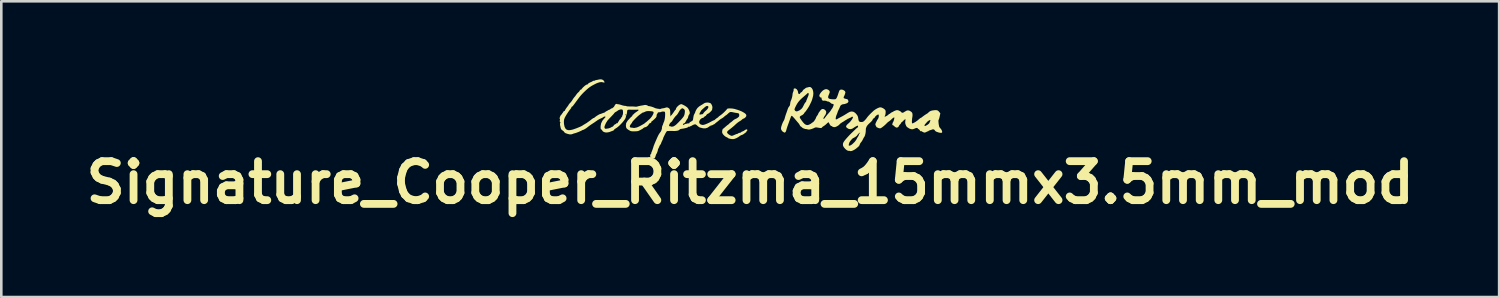
<source format=kicad_pcb>
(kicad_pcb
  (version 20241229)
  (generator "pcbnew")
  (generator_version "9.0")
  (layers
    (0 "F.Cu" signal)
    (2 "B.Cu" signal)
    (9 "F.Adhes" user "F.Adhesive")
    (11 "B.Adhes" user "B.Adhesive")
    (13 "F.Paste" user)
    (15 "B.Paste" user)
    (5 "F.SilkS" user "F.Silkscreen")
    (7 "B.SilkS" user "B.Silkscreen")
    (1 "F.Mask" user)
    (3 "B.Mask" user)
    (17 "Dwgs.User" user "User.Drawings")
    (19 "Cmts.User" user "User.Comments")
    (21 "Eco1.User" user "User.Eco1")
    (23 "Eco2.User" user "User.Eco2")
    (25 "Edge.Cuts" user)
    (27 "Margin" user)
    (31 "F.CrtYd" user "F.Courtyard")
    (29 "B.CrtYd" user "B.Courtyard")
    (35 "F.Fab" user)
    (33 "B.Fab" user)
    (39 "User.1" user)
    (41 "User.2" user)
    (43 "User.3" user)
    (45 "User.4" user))
  (footprint "Signature_Cooper_Ritzma_15mmx3.5mm_mod"
    (layer "F.Cu")
    (at 25.8 1.429)
    (property "Reference" "Signature_Cooper_Ritzma_15mmx3.5mm_mod" (at 0 2.54 0) (layer "F.SilkS") (effects (font (size 1.5 1.5) (thickness 0.3))))
    (attr board_only exclude_from_pos_files exclude_from_bom)
    (fp_poly (pts (xy -1.518 0.373) (xy -1.525 0.38) (xy -1.532 0.373) (xy -1.525 0.366)) (stroke (width 0) (type solid)) (fill yes) (layer "F.SilkS"))
    (fp_poly (pts (xy 2.299 -1.133) (xy 2.327 -1.123) (xy 2.367 -1.09) (xy 2.399 -1.037) (xy 2.419 -0.969) (xy 2.428 -0.894) (xy 2.423 -0.816) (xy 2.415 -0.779) (xy 2.402 -0.728) (xy 2.389 -0.677) (xy 2.387 -0.673) (xy 2.373 -0.626) (xy 2.352 -0.575) (xy 2.347 -0.564) (xy 2.326 -0.519) (xy 2.3 -0.465) (xy 2.285 -0.434) (xy 2.261 -0.389) (xy 2.228 -0.335) (xy 2.191 -0.279) (xy 2.154 -0.226) (xy 2.122 -0.184) (xy 2.097 -0.157) (xy 2.094 -0.154) (xy 2.077 -0.135) (xy 2.074 -0.125) (xy 2.063 -0.106) (xy 2.037 -0.08) (xy 2.004 -0.055) (xy 1.971 -0.037) (xy 1.959 -0.033) (xy 1.929 -0.015) (xy 1.912 0.006) (xy 1.906 0.022) (xy 1.907 0.04) (xy 1.918 0.065) (xy 1.942 0.102) (xy 1.975 0.15) (xy 2.034 0.228) (xy 2.087 0.284) (xy 2.136 0.317) (xy 2.183 0.33) (xy 2.216 0.329) (xy 2.26 0.316) (xy 2.308 0.292) (xy 2.329 0.279) (xy 2.371 0.249) (xy 2.411 0.22) (xy 2.425 0.21) (xy 2.45 0.186) (xy 2.478 0.147) (xy 2.505 0.103) (xy 2.526 0.062) (xy 2.535 0.033) (xy 2.535 0.033) (xy 2.543 0.015) (xy 2.562 -0.015) (xy 2.576 -0.033) (xy 2.599 -0.068) (xy 2.614 -0.095) (xy 2.616 -0.104) (xy 2.624 -0.128) (xy 2.636 -0.146) (xy 2.656 -0.172) (xy 2.682 -0.209) (xy 2.687 -0.217) (xy 2.728 -0.265) (xy 2.772 -0.288) (xy 2.819 -0.285) (xy 2.84 -0.277) (xy 2.878 -0.251) (xy 2.907 -0.217) (xy 2.909 -0.213) (xy 2.922 -0.182) (xy 2.922 -0.152) (xy 2.913 -0.116) (xy 2.9 -0.081) (xy 2.89 -0.058) (xy 2.887 -0.054) (xy 2.869 -0.032) (xy 2.848 0.001) (xy 2.828 0.037) (xy 2.815 0.067) (xy 2.813 0.082) (xy 2.824 0.093) (xy 2.839 0.089) (xy 2.86 0.068) (xy 2.891 0.027) (xy 2.898 0.017) (xy 2.938 -0.035) (xy 2.983 -0.09) (xy 3.014 -0.124) (xy 3.05 -0.166) (xy 3.083 -0.207) (xy 3.099 -0.232) (xy 3.12 -0.267) (xy 3.139 -0.293) (xy 3.141 -0.296) (xy 3.161 -0.324) (xy 3.181 -0.365) (xy 3.199 -0.408) (xy 3.209 -0.444) (xy 3.21 -0.458) (xy 3.193 -0.477) (xy 3.162 -0.485) (xy 3.125 -0.495) (xy 3.101 -0.513) (xy 3.075 -0.537) (xy 3.039 -0.56) (xy 3.003 -0.575) (xy 2.977 -0.578) (xy 2.975 -0.578) (xy 2.952 -0.581) (xy 2.94 -0.591) (xy 2.912 -0.605) (xy 2.892 -0.604) (xy 2.865 -0.603) (xy 2.853 -0.611) (xy 2.837 -0.616) (xy 2.823 -0.608) (xy 2.806 -0.6) (xy 2.789 -0.609) (xy 2.769 -0.629) (xy 2.745 -0.668) (xy 2.744 -0.7) (xy 2.746 -0.722) (xy 2.734 -0.724) (xy 2.732 -0.724) (xy 2.709 -0.727) (xy 2.683 -0.747) (xy 2.663 -0.776) (xy 2.657 -0.8) (xy 2.667 -0.839) (xy 2.694 -0.888) (xy 2.733 -0.939) (xy 2.779 -0.986) (xy 2.811 -1.011) (xy 2.873 -1.044) (xy 2.929 -1.051) (xy 2.985 -1.034) (xy 2.995 -1.029) (xy 3.037 -0.997) (xy 3.057 -0.96) (xy 3.054 -0.914) (xy 3.03 -0.854) (xy 3.03 -0.853) (xy 3.003 -0.789) (xy 2.995 -0.739) (xy 3.009 -0.704) (xy 3.045 -0.68) (xy 3.105 -0.666) (xy 3.171 -0.661) (xy 3.227 -0.66) (xy 3.262 -0.661) (xy 3.284 -0.668) (xy 3.3 -0.68) (xy 3.312 -0.694) (xy 3.328 -0.722) (xy 3.349 -0.769) (xy 3.37 -0.827) (xy 3.385 -0.872) (xy 3.406 -0.936) (xy 3.422 -0.978) (xy 3.436 -1.005) (xy 3.452 -1.021) (xy 3.468 -1.029) (xy 3.51 -1.035) (xy 3.558 -1.026) (xy 3.604 -1.004) (xy 3.64 -0.974) (xy 3.658 -0.94) (xy 3.66 -0.93) (xy 3.655 -0.901) (xy 3.643 -0.86) (xy 3.627 -0.817) (xy 3.612 -0.781) (xy 3.601 -0.764) (xy 3.593 -0.744) (xy 3.592 -0.729) (xy 3.603 -0.705) (xy 3.638 -0.686) (xy 3.698 -0.672) (xy 3.703 -0.671) (xy 3.738 -0.661) (xy 3.758 -0.64) (xy 3.768 -0.615) (xy 3.777 -0.581) (xy 3.772 -0.558) (xy 3.753 -0.534) (xy 3.725 -0.511) (xy 3.699 -0.502) (xy 3.699 -0.501) (xy 3.675 -0.496) (xy 3.668 -0.491) (xy 3.651 -0.483) (xy 3.619 -0.477) (xy 3.611 -0.477) (xy 3.54 -0.464) (xy 3.49 -0.437) (xy 3.46 -0.395) (xy 3.456 -0.384) (xy 3.44 -0.343) (xy 3.417 -0.291) (xy 3.4 -0.258) (xy 3.38 -0.216) (xy 3.366 -0.183) (xy 3.361 -0.168) (xy 3.356 -0.148) (xy 3.343 -0.112) (xy 3.329 -0.08) (xy 3.306 -0.019) (xy 3.292 0.036) (xy 3.287 0.08) (xy 3.292 0.107) (xy 3.299 0.113) (xy 3.321 0.11) (xy 3.352 0.096) (xy 3.356 0.093) (xy 3.364 0.088) (xy 3.727 0.088) (xy 3.734 0.095) (xy 3.741 0.088) (xy 3.734 0.081) (xy 3.727 0.088) (xy 3.364 0.088) (xy 3.394 0.07) (xy 3.44 0.045) (xy 3.449 0.04) (xy 3.535 -0.005) (xy 3.623 -0.055) (xy 3.704 -0.105) (xy 3.757 -0.139) (xy 3.832 -0.179) (xy 3.904 -0.192) (xy 3.972 -0.179) (xy 4.036 -0.139) (xy 4.091 -0.079) (xy 4.124 -0.031) (xy 4.143 0.013) (xy 4.153 0.064) (xy 4.155 0.078) (xy 4.166 0.141) (xy 4.184 0.182) (xy 4.212 0.205) (xy 4.255 0.213) (xy 4.275 0.213) (xy 4.316 0.21) (xy 4.348 0.198) (xy 4.38 0.173) (xy 4.395 0.159) (xy 4.435 0.116) (xy 4.473 0.07) (xy 4.487 0.049) (xy 4.517 0.01) (xy 4.562 -0.041) (xy 4.618 -0.1) (xy 4.68 -0.16) (xy 4.743 -0.218) (xy 4.749 -0.224) (xy 4.797 -0.26) (xy 4.854 -0.295) (xy 4.912 -0.325) (xy 4.964 -0.345) (xy 5.001 -0.352) (xy 5.055 -0.342) (xy 5.113 -0.315) (xy 5.166 -0.276) (xy 5.177 -0.265) (xy 5.196 -0.241) (xy 5.206 -0.215) (xy 5.208 -0.178) (xy 5.207 -0.145) (xy 5.202 -0.094) (xy 5.192 -0.051) (xy 5.182 -0.029) (xy 5.17 -0.004) (xy 5.168 0.009) (xy 5.184 0.007) (xy 5.213 -0.005) (xy 5.25 -0.024) (xy 5.285 -0.046) (xy 5.31 -0.065) (xy 5.318 -0.075) (xy 5.335 -0.093) (xy 5.344 -0.095) (xy 5.367 -0.104) (xy 5.387 -0.121) (xy 5.416 -0.144) (xy 5.453 -0.164) (xy 5.484 -0.178) (xy 5.502 -0.188) (xy 5.503 -0.189) (xy 5.527 -0.205) (xy 5.566 -0.222) (xy 5.609 -0.236) (xy 5.645 -0.244) (xy 5.651 -0.244) (xy 5.691 -0.237) (xy 5.737 -0.218) (xy 5.781 -0.193) (xy 5.811 -0.167) (xy 5.816 -0.159) (xy 5.834 -0.143) (xy 5.865 -0.144) (xy 5.866 -0.144) (xy 5.895 -0.154) (xy 5.909 -0.161) (xy 5.928 -0.175) (xy 5.963 -0.196) (xy 6.01 -0.221) (xy 6.019 -0.226) (xy 6.066 -0.235) (xy 6.122 -0.223) (xy 6.18 -0.189) (xy 6.193 -0.179) (xy 6.221 -0.151) (xy 6.235 -0.122) (xy 6.241 -0.08) (xy 6.241 -0.074) (xy 6.241 -0.026) (xy 6.236 0.017) (xy 6.234 0.031) (xy 6.227 0.064) (xy 6.223 0.11) (xy 6.219 0.161) (xy 6.218 0.209) (xy 6.22 0.246) (xy 6.224 0.264) (xy 6.224 0.265) (xy 6.242 0.265) (xy 6.276 0.253) (xy 6.321 0.229) (xy 6.371 0.199) (xy 6.42 0.164) (xy 6.463 0.128) (xy 6.464 0.127) (xy 6.503 0.093) (xy 6.536 0.067) (xy 6.556 0.055) (xy 6.559 0.054) (xy 6.578 0.046) (xy 6.606 0.025) (xy 6.611 0.021) (xy 6.64 -0.002) (xy 6.679 -0.031) (xy 6.722 -0.06) (xy 6.761 -0.086) (xy 6.79 -0.104) (xy 6.802 -0.109) (xy 6.816 -0.118) (xy 6.84 -0.14) (xy 6.844 -0.144) (xy 6.892 -0.187) (xy 6.942 -0.214) (xy 7.005 -0.231) (xy 7.026 -0.234) (xy 7.102 -0.243) (xy 7.157 -0.243) (xy 7.199 -0.235) (xy 7.232 -0.214) (xy 7.263 -0.181) (xy 7.274 -0.168) (xy 7.311 -0.12) (xy 7.286 -0.002) (xy 7.274 0.051) (xy 7.262 0.092) (xy 7.253 0.116) (xy 7.25 0.12) (xy 7.241 0.136) (xy 7.238 0.175) (xy 7.241 0.23) (xy 7.249 0.298) (xy 7.253 0.324) (xy 7.264 0.38) (xy 7.28 0.417) (xy 7.303 0.445) (xy 7.307 0.449) (xy 7.34 0.487) (xy 7.365 0.532) (xy 7.38 0.576) (xy 7.381 0.608) (xy 7.366 0.626) (xy 7.335 0.631) (xy 7.284 0.624) (xy 7.238 0.613) (xy 7.166 0.589) (xy 7.12 0.562) (xy 7.097 0.532) (xy 7.096 0.529) (xy 7.076 0.506) (xy 7.042 0.494) (xy 7.006 0.497) (xy 6.997 0.501) (xy 6.969 0.513) (xy 6.929 0.525) (xy 6.916 0.529) (xy 6.881 0.54) (xy 6.86 0.552) (xy 6.858 0.556) (xy 6.847 0.568) (xy 6.838 0.569) (xy 6.815 0.576) (xy 6.78 0.591) (xy 6.768 0.598) (xy 6.732 0.615) (xy 6.704 0.619) (xy 6.668 0.61) (xy 6.664 0.609) (xy 6.63 0.594) (xy 6.608 0.579) (xy 6.605 0.575) (xy 6.589 0.566) (xy 6.567 0.566) (xy 6.54 0.565) (xy 6.527 0.543) (xy 6.526 0.54) (xy 6.508 0.511) (xy 6.478 0.49) (xy 6.45 0.472) (xy 6.438 0.454) (xy 6.438 0.454) (xy 6.427 0.441) (xy 6.398 0.44) (xy 6.355 0.452) (xy 6.343 0.457) (xy 6.291 0.479) (xy 6.255 0.49) (xy 6.225 0.493) (xy 6.194 0.489) (xy 6.179 0.485) (xy 6.136 0.471) (xy 6.1 0.453) (xy 6.092 0.447) (xy 6.062 0.426) (xy 6.041 0.416) (xy 6.02 0.397) (xy 5.997 0.36) (xy 5.997 0.36) (xy 6.703 0.36) (xy 6.721 0.366) (xy 6.757 0.354) (xy 6.807 0.326) (xy 6.846 0.298) (xy 6.877 0.269) (xy 6.887 0.255) (xy 6.907 0.215) (xy 6.921 0.176) (xy 6.928 0.148) (xy 6.924 0.136) (xy 6.924 0.136) (xy 6.895 0.144) (xy 6.856 0.165) (xy 6.819 0.193) (xy 6.798 0.215) (xy 6.768 0.25) (xy 6.742 0.278) (xy 6.717 0.309) (xy 6.703 0.335) (xy 6.703 0.36) (xy 5.997 0.36) (xy 5.977 0.314) (xy 5.964 0.267) (xy 5.96 0.24) (xy 5.962 0.193) (xy 5.968 0.153) (xy 5.971 0.122) (xy 5.967 0.104) (xy 5.966 0.103) (xy 5.952 0.109) (xy 5.925 0.13) (xy 5.891 0.162) (xy 5.89 0.163) (xy 5.855 0.197) (xy 5.828 0.221) (xy 5.813 0.23) (xy 5.813 0.23) (xy 5.802 0.241) (xy 5.801 0.25) (xy 5.792 0.27) (xy 5.769 0.299) (xy 5.76 0.307) (xy 5.735 0.335) (xy 5.721 0.358) (xy 5.72 0.362) (xy 5.711 0.382) (xy 5.69 0.406) (xy 5.65 0.428) (xy 5.606 0.423) (xy 5.558 0.392) (xy 5.539 0.374) (xy 5.505 0.344) (xy 5.481 0.332) (xy 5.474 0.333) (xy 5.465 0.329) (xy 5.464 0.308) (xy 5.469 0.278) (xy 5.478 0.246) (xy 5.491 0.222) (xy 5.492 0.221) (xy 5.506 0.194) (xy 5.521 0.152) (xy 5.534 0.105) (xy 5.542 0.063) (xy 5.543 0.052) (xy 5.54 0.037) (xy 5.527 0.038) (xy 5.508 0.047) (xy 5.478 0.068) (xy 5.441 0.1) (xy 5.423 0.117) (xy 5.387 0.152) (xy 5.35 0.18) (xy 5.336 0.189) (xy 5.303 0.212) (xy 5.266 0.244) (xy 5.254 0.257) (xy 5.205 0.306) (xy 5.151 0.355) (xy 5.098 0.398) (xy 5.051 0.432) (xy 5.016 0.452) (xy 5.006 0.455) (xy 4.962 0.454) (xy 4.927 0.442) (xy 4.895 0.427) (xy 4.873 0.42) (xy 4.872 0.42) (xy 4.859 0.409) (xy 4.842 0.381) (xy 4.825 0.347) (xy 4.814 0.315) (xy 4.812 0.301) (xy 4.818 0.276) (xy 4.834 0.236) (xy 4.856 0.19) (xy 4.879 0.145) (xy 4.9 0.111) (xy 4.908 0.1) (xy 4.927 0.069) (xy 4.939 0.028) (xy 4.945 -0.016) (xy 4.943 -0.052) (xy 4.932 -0.074) (xy 4.929 -0.076) (xy 4.907 -0.072) (xy 4.876 -0.055) (xy 4.842 -0.03) (xy 4.814 -0.003) (xy 4.8 0.019) (xy 4.799 0.021) (xy 4.788 0.04) (xy 4.765 0.063) (xy 4.741 0.079) (xy 4.732 0.081) (xy 4.72 0.093) (xy 4.711 0.116) (xy 4.692 0.152) (xy 4.653 0.198) (xy 4.596 0.251) (xy 4.587 0.259) (xy 4.552 0.291) (xy 4.518 0.329) (xy 4.49 0.364) (xy 4.474 0.392) (xy 4.473 0.399) (xy 4.465 0.422) (xy 4.459 0.427) (xy 4.452 0.444) (xy 4.447 0.48) (xy 4.445 0.519) (xy 4.442 0.587) (xy 4.432 0.656) (xy 4.417 0.717) (xy 4.399 0.764) (xy 4.387 0.784) (xy 4.37 0.809) (xy 4.348 0.849) (xy 4.332 0.881) (xy 4.308 0.928) (xy 4.282 0.968) (xy 4.266 0.987) (xy 4.24 1.02) (xy 4.218 1.063) (xy 4.215 1.072) (xy 4.204 1.102) (xy 4.19 1.126) (xy 4.168 1.152) (xy 4.134 1.183) (xy 4.083 1.225) (xy 4.08 1.228) (xy 4.02 1.271) (xy 3.959 1.304) (xy 3.903 1.326) (xy 3.857 1.333) (xy 3.832 1.327) (xy 3.807 1.319) (xy 3.796 1.321) (xy 3.771 1.322) (xy 3.733 1.307) (xy 3.691 1.279) (xy 3.66 1.251) (xy 3.612 1.198) (xy 3.582 1.153) (xy 3.568 1.112) (xy 3.568 1.109) (xy 3.788 1.109) (xy 3.79 1.115) (xy 3.811 1.124) (xy 3.844 1.117) (xy 3.886 1.095) (xy 3.93 1.061) (xy 3.94 1.052) (xy 3.974 1.019) (xy 4.001 0.993) (xy 4.014 0.981) (xy 4.035 0.955) (xy 4.062 0.917) (xy 4.089 0.876) (xy 4.106 0.843) (xy 4.107 0.842) (xy 4.125 0.807) (xy 4.148 0.772) (xy 4.166 0.74) (xy 4.175 0.715) (xy 4.175 0.714) (xy 4.183 0.686) (xy 4.192 0.675) (xy 4.207 0.652) (xy 4.213 0.631) (xy 4.206 0.623) (xy 4.193 0.633) (xy 4.17 0.656) (xy 4.143 0.685) (xy 4.12 0.712) (xy 4.108 0.73) (xy 4.107 0.733) (xy 4.096 0.745) (xy 4.07 0.766) (xy 4.036 0.79) (xy 4.002 0.811) (xy 3.975 0.824) (xy 3.967 0.827) (xy 3.947 0.837) (xy 3.917 0.864) (xy 3.881 0.904) (xy 3.845 0.95) (xy 3.837 0.96) (xy 3.817 0.996) (xy 3.801 1.039) (xy 3.79 1.08) (xy 3.788 1.109) (xy 3.568 1.109) (xy 3.565 1.076) (xy 3.568 1.045) (xy 3.577 1.013) (xy 3.597 0.977) (xy 3.627 0.933) (xy 3.671 0.878) (xy 3.731 0.81) (xy 3.775 0.762) (xy 3.822 0.712) (xy 3.877 0.657) (xy 3.916 0.619) (xy 3.932 0.603) (xy 4.215 0.603) (xy 4.222 0.61) (xy 4.229 0.603) (xy 4.222 0.596) (xy 4.215 0.603) (xy 3.932 0.603) (xy 3.965 0.572) (xy 4.017 0.521) (xy 4.055 0.485) (xy 4.09 0.452) (xy 4.118 0.429) (xy 4.134 0.42) (xy 4.144 0.409) (xy 4.147 0.386) (xy 4.146 0.361) (xy 4.143 0.352) (xy 4.112 0.36) (xy 4.07 0.379) (xy 4.025 0.405) (xy 3.991 0.428) (xy 3.921 0.472) (xy 3.854 0.489) (xy 3.788 0.479) (xy 3.725 0.442) (xy 3.717 0.436) (xy 3.694 0.409) (xy 3.686 0.382) (xy 3.697 0.352) (xy 3.726 0.314) (xy 3.777 0.267) (xy 3.808 0.24) (xy 3.839 0.208) (xy 3.876 0.164) (xy 3.907 0.12) (xy 3.934 0.076) (xy 3.948 0.049) (xy 3.949 0.031) (xy 3.941 0.018) (xy 3.941 0.018) (xy 3.923 0.005) (xy 3.905 0.014) (xy 3.9 0.019) (xy 3.879 0.036) (xy 3.87 0.041) (xy 3.848 0.047) (xy 3.809 0.065) (xy 3.759 0.09) (xy 3.706 0.12) (xy 3.655 0.15) (xy 3.621 0.172) (xy 3.579 0.2) (xy 3.544 0.221) (xy 3.525 0.23) (xy 3.523 0.23) (xy 3.511 0.241) (xy 3.51 0.244) (xy 3.5 0.256) (xy 3.491 0.258) (xy 3.47 0.268) (xy 3.445 0.293) (xy 3.44 0.3) (xy 3.398 0.34) (xy 3.338 0.378) (xy 3.27 0.406) (xy 3.263 0.408) (xy 3.223 0.41) (xy 3.181 0.401) (xy 3.149 0.383) (xy 3.145 0.378) (xy 3.127 0.368) (xy 3.111 0.364) (xy 3.087 0.348) (xy 3.06 0.308) (xy 3.05 0.288) (xy 3.03 0.25) (xy 3.014 0.226) (xy 3.007 0.22) (xy 2.993 0.231) (xy 2.965 0.255) (xy 2.932 0.286) (xy 2.89 0.323) (xy 2.849 0.354) (xy 2.823 0.371) (xy 2.787 0.394) (xy 2.761 0.421) (xy 2.76 0.422) (xy 2.749 0.435) (xy 2.735 0.442) (xy 2.713 0.445) (xy 2.677 0.441) (xy 2.624 0.433) (xy 2.575 0.424) (xy 2.529 0.419) (xy 2.493 0.426) (xy 2.471 0.437) (xy 2.435 0.454) (xy 2.385 0.473) (xy 2.343 0.487) (xy 2.292 0.5) (xy 2.255 0.504) (xy 2.221 0.5) (xy 2.198 0.494) (xy 2.158 0.485) (xy 2.128 0.482) (xy 2.121 0.483) (xy 2.1 0.481) (xy 2.095 0.475) (xy 2.075 0.463) (xy 2.059 0.461) (xy 2.033 0.452) (xy 2.001 0.43) (xy 1.99 0.42) (xy 1.962 0.395) (xy 1.941 0.381) (xy 1.936 0.38) (xy 1.924 0.368) (xy 1.909 0.341) (xy 1.906 0.335) (xy 1.883 0.293) (xy 1.855 0.257) (xy 1.83 0.228) (xy 1.795 0.188) (xy 1.762 0.148) (xy 1.698 0.073) (xy 1.649 0.018) (xy 1.615 -0.015) (xy 1.595 -0.027) (xy 1.594 -0.027) (xy 1.584 -0.021) (xy 1.572 -0.002) (xy 1.557 0.034) (xy 1.536 0.09) (xy 1.515 0.149) (xy 1.501 0.189) (xy 1.481 0.245) (xy 1.458 0.308) (xy 1.446 0.339) (xy 1.425 0.4) (xy 1.406 0.457) (xy 1.394 0.501) (xy 1.39 0.517) (xy 1.378 0.56) (xy 1.359 0.595) (xy 1.357 0.597) (xy 1.34 0.616) (xy 1.324 0.62) (xy 1.299 0.611) (xy 1.284 0.604) (xy 1.228 0.564) (xy 1.193 0.507) (xy 1.184 0.469) (xy 1.186 0.436) (xy 1.197 0.385) (xy 1.216 0.325) (xy 1.239 0.264) (xy 1.264 0.208) (xy 1.288 0.165) (xy 1.29 0.163) (xy 1.307 0.129) (xy 1.323 0.083) (xy 1.329 0.061) (xy 1.342 0.014) (xy 1.36 -0.046) (xy 1.381 -0.106) (xy 1.382 -0.108) (xy 1.404 -0.17) (xy 1.426 -0.233) (xy 1.435 -0.26) (xy 1.705 -0.26) (xy 1.707 -0.252) (xy 1.734 -0.212) (xy 1.773 -0.195) (xy 1.825 -0.203) (xy 1.89 -0.234) (xy 1.903 -0.242) (xy 1.95 -0.275) (xy 1.987 -0.311) (xy 2.019 -0.356) (xy 2.051 -0.419) (xy 2.059 -0.435) (xy 2.083 -0.483) (xy 2.108 -0.523) (xy 2.127 -0.545) (xy 2.148 -0.571) (xy 2.155 -0.59) (xy 2.161 -0.619) (xy 2.171 -0.641) (xy 2.185 -0.67) (xy 2.19 -0.685) (xy 2.197 -0.705) (xy 2.211 -0.74) (xy 2.221 -0.762) (xy 2.238 -0.806) (xy 2.248 -0.845) (xy 2.25 -0.859) (xy 2.244 -0.888) (xy 2.23 -0.905) (xy 2.214 -0.903) (xy 2.211 -0.899) (xy 2.198 -0.886) (xy 2.168 -0.859) (xy 2.127 -0.823) (xy 2.081 -0.784) (xy 1.997 -0.711) (xy 1.931 -0.649) (xy 1.879 -0.593) (xy 1.836 -0.538) (xy 1.798 -0.479) (xy 1.764 -0.417) (xy 1.733 -0.355) (xy 1.714 -0.312) (xy 1.705 -0.282) (xy 1.705 -0.26) (xy 1.435 -0.26) (xy 1.443 -0.284) (xy 1.443 -0.285) (xy 1.462 -0.331) (xy 1.485 -0.37) (xy 1.499 -0.386) (xy 1.519 -0.413) (xy 1.531 -0.453) (xy 1.536 -0.49) (xy 1.543 -0.541) (xy 1.555 -0.586) (xy 1.563 -0.605) (xy 1.585 -0.658) (xy 1.605 -0.722) (xy 1.62 -0.787) (xy 1.626 -0.84) (xy 1.626 -0.845) (xy 1.633 -0.892) (xy 1.649 -0.94) (xy 1.652 -0.946) (xy 1.669 -0.993) (xy 1.671 -1.033) (xy 1.671 -1.033) (xy 1.67 -1.061) (xy 1.687 -1.075) (xy 1.699 -1.078) (xy 1.741 -1.076) (xy 1.781 -1.052) (xy 1.814 -1.011) (xy 1.836 -0.958) (xy 1.843 -0.906) (xy 1.854 -0.877) (xy 1.881 -0.864) (xy 1.904 -0.868) (xy 1.921 -0.877) (xy 1.919 -0.88) (xy 1.917 -0.888) (xy 1.928 -0.905) (xy 1.947 -0.922) (xy 1.966 -0.934) (xy 1.972 -0.935) (xy 1.988 -0.946) (xy 2.008 -0.973) (xy 2.014 -0.983) (xy 2.032 -1.013) (xy 2.045 -1.029) (xy 2.047 -1.03) (xy 2.061 -1.038) (xy 2.088 -1.058) (xy 2.1 -1.067) (xy 2.129 -1.09) (xy 2.15 -1.104) (xy 2.153 -1.105) (xy 2.17 -1.109) (xy 2.204 -1.117) (xy 2.225 -1.123) (xy 2.268 -1.133)) (stroke (width 0) (type solid)) (fill yes) (layer "F.SilkS"))
    (fp_poly (pts (xy -5.676 -1.412) (xy -5.631 -1.376) (xy -5.617 -1.354) (xy -5.604 -1.319) (xy -5.609 -1.303) (xy -5.634 -1.305) (xy -5.653 -1.311) (xy -5.719 -1.323) (xy -5.798 -1.314) (xy -5.887 -1.285) (xy -5.927 -1.267) (xy -6.027 -1.216) (xy -6.108 -1.17) (xy -6.175 -1.126) (xy -6.234 -1.081) (xy -6.273 -1.048) (xy -6.348 -0.979) (xy -6.41 -0.92) (xy -6.462 -0.866) (xy -6.511 -0.812) (xy -6.559 -0.754) (xy -6.612 -0.684) (xy -6.675 -0.599) (xy -6.696 -0.571) (xy -6.747 -0.501) (xy -6.785 -0.45) (xy -6.811 -0.415) (xy -6.83 -0.394) (xy -6.842 -0.383) (xy -6.851 -0.38) (xy -6.852 -0.38) (xy -6.868 -0.368) (xy -6.877 -0.349) (xy -6.891 -0.317) (xy -6.915 -0.285) (xy -6.934 -0.262) (xy -6.964 -0.221) (xy -7.001 -0.168) (xy -7.04 -0.109) (xy -7.044 -0.103) (xy -7.096 -0.019) (xy -7.133 0.05) (xy -7.155 0.111) (xy -7.165 0.172) (xy -7.165 0.238) (xy -7.159 0.302) (xy -7.14 0.394) (xy -7.108 0.461) (xy -7.063 0.505) (xy -7.004 0.526) (xy -6.932 0.525) (xy -6.926 0.524) (xy -6.885 0.516) (xy -6.856 0.511) (xy -6.814 0.5) (xy -6.756 0.48) (xy -6.688 0.456) (xy -6.618 0.428) (xy -6.553 0.401) (xy -6.498 0.376) (xy -6.462 0.356) (xy -6.458 0.354) (xy -6.414 0.325) (xy -6.361 0.293) (xy -6.336 0.278) (xy -6.298 0.256) (xy -6.271 0.238) (xy -6.262 0.231) (xy -6.247 0.219) (xy -6.219 0.2) (xy -6.219 0.2) (xy -6.189 0.179) (xy -6.148 0.148) (xy -6.106 0.114) (xy -6.067 0.085) (xy -6.038 0.066) (xy -6.022 0.06) (xy -6.021 0.06) (xy -6.007 0.057) (xy -5.983 0.039) (xy -5.971 0.028) (xy -5.946 0.008) (xy -5.909 -0.018) (xy -5.867 -0.045) (xy -5.825 -0.069) (xy -5.792 -0.087) (xy -5.772 -0.095) (xy -5.771 -0.095) (xy -5.755 -0.097) (xy -5.723 -0.108) (xy -5.686 -0.123) (xy -5.679 -0.126) (xy -5.645 -0.138) (xy -5.623 -0.143) (xy -5.599 -0.154) (xy -5.573 -0.174) (xy -5.547 -0.195) (xy -5.529 -0.203) (xy -5.509 -0.211) (xy -5.48 -0.23) (xy -5.479 -0.23) (xy -5.448 -0.25) (xy -5.422 -0.258) (xy -5.396 -0.267) (xy -5.374 -0.285) (xy -5.347 -0.305) (xy -5.326 -0.312) (xy -5.303 -0.317) (xy -5.297 -0.322) (xy -5.284 -0.336) (xy -5.26 -0.353) (xy -5.234 -0.38) (xy -5.214 -0.418) (xy -5.213 -0.42) (xy -5.19 -0.46) (xy -5.158 -0.479) (xy -5.125 -0.485) (xy -5.113 -0.478) (xy -5.098 -0.469) (xy -5.085 -0.47) (xy -5.061 -0.469) (xy -5.02 -0.46) (xy -4.97 -0.445) (xy -4.961 -0.441) (xy -4.905 -0.424) (xy -4.851 -0.412) (xy -4.811 -0.407) (xy -4.809 -0.407) (xy -4.776 -0.404) (xy -4.758 -0.398) (xy -4.757 -0.396) (xy -4.745 -0.391) (xy -4.711 -0.388) (xy -4.66 -0.386) (xy -4.612 -0.386) (xy -4.547 -0.385) (xy -4.489 -0.383) (xy -4.446 -0.38) (xy -4.427 -0.377) (xy -4.384 -0.375) (xy -4.333 -0.385) (xy -4.333 -0.386) (xy -4.281 -0.4) (xy -4.225 -0.412) (xy -4.215 -0.414) (xy -4.156 -0.423) (xy -4.111 -0.431) (xy -4.069 -0.44) (xy -4.063 -0.441) (xy -4.029 -0.443) (xy -3.99 -0.436) (xy -3.955 -0.425) (xy -3.934 -0.411) (xy -3.931 -0.405) (xy -3.922 -0.397) (xy -3.918 -0.399) (xy -3.898 -0.4) (xy -3.861 -0.393) (xy -3.814 -0.382) (xy -3.764 -0.367) (xy -3.719 -0.351) (xy -3.687 -0.336) (xy -3.685 -0.335) (xy -3.651 -0.32) (xy -3.604 -0.307) (xy -3.551 -0.297) (xy -3.498 -0.291) (xy -3.455 -0.29) (xy -3.427 -0.295) (xy -3.422 -0.299) (xy -3.404 -0.308) (xy -3.376 -0.312) (xy -3.34 -0.316) (xy -3.293 -0.327) (xy -3.269 -0.334) (xy -3.227 -0.346) (xy -3.198 -0.349) (xy -3.172 -0.342) (xy -3.151 -0.333) (xy -3.118 -0.312) (xy -3.096 -0.285) (xy -3.083 -0.245) (xy -3.077 -0.187) (xy -3.077 -0.138) (xy -3.075 -0.085) (xy -3.07 -0.042) (xy -3.064 -0.015) (xy -3.063 -0.014) (xy -3.053 -0.001) (xy -3.05 -0.013) (xy -3.05 -0.016) (xy -3.044 -0.038) (xy -3.038 -0.043) (xy -3.023 -0.056) (xy -2.999 -0.088) (xy -2.967 -0.131) (xy -2.933 -0.181) (xy -2.912 -0.213) (xy -2.891 -0.242) (xy -2.875 -0.257) (xy -2.872 -0.258) (xy -2.861 -0.269) (xy -2.86 -0.278) (xy -2.849 -0.317) (xy -2.819 -0.361) (xy -2.777 -0.405) (xy -2.73 -0.442) (xy -2.683 -0.467) (xy -2.65 -0.474) (xy -2.623 -0.467) (xy -2.581 -0.448) (xy -2.531 -0.422) (xy -2.482 -0.392) (xy -2.44 -0.362) (xy -2.421 -0.347) (xy -2.389 -0.308) (xy -2.36 -0.257) (xy -2.337 -0.203) (xy -2.325 -0.154) (xy -2.325 -0.119) (xy -2.341 -0.085) (xy -2.36 -0.056) (xy -2.379 -0.019) (xy -2.385 0.014) (xy -2.394 0.051) (xy -2.415 0.088) (xy -2.417 0.09) (xy -2.443 0.127) (xy -2.463 0.162) (xy -2.464 0.163) (xy -2.496 0.222) (xy -2.523 0.256) (xy -2.545 0.265) (xy -2.55 0.263) (xy -2.562 0.269) (xy -2.577 0.288) (xy -2.588 0.311) (xy -2.589 0.318) (xy -2.579 0.324) (xy -2.557 0.32) (xy -2.535 0.308) (xy -2.528 0.302) (xy -2.506 0.29) (xy -2.47 0.281) (xy -2.463 0.281) (xy -2.428 0.275) (xy -2.406 0.268) (xy -2.404 0.267) (xy -2.386 0.258) (xy -2.369 0.26) (xy -2.364 0.269) (xy -2.365 0.271) (xy -2.364 0.284) (xy -2.359 0.285) (xy -2.348 0.274) (xy -2.348 0.261) (xy -2.339 0.24) (xy -2.305 0.214) (xy -2.286 0.202) (xy -2.247 0.179) (xy -2.218 0.158) (xy -2.209 0.148) (xy -2.201 0.126) (xy -2.194 0.085) (xy -2.188 0.041) (xy -2.172 -0.044) (xy -2.148 -0.097) (xy -1.951 -0.097) (xy -1.949 -0.075) (xy -1.934 -0.071) (xy -1.914 -0.075) (xy -1.875 -0.083) (xy -1.848 -0.085) (xy -1.819 -0.096) (xy -1.798 -0.127) (xy -1.775 -0.159) (xy -1.739 -0.196) (xy -1.714 -0.217) (xy -1.668 -0.258) (xy -1.634 -0.301) (xy -1.612 -0.342) (xy -1.608 -0.375) (xy -1.614 -0.387) (xy -1.644 -0.405) (xy -1.684 -0.4) (xy -1.728 -0.373) (xy -1.733 -0.369) (xy -1.767 -0.339) (xy -1.81 -0.301) (xy -1.836 -0.278) (xy -1.869 -0.247) (xy -1.891 -0.222) (xy -1.898 -0.21) (xy -1.906 -0.191) (xy -1.924 -0.163) (xy -1.925 -0.163) (xy -1.944 -0.128) (xy -1.951 -0.097) (xy -2.148 -0.097) (xy -2.147 -0.098) (xy -2.127 -0.133) (xy -2.115 -0.16) (xy -2.114 -0.166) (xy -2.109 -0.187) (xy -2.093 -0.223) (xy -2.076 -0.257) (xy -2.03 -0.325) (xy -1.963 -0.386) (xy -1.873 -0.443) (xy -1.864 -0.449) (xy -1.823 -0.472) (xy -1.789 -0.495) (xy -1.782 -0.501) (xy -1.746 -0.52) (xy -1.695 -0.532) (xy -1.639 -0.536) (xy -1.59 -0.531) (xy -1.577 -0.527) (xy -1.546 -0.515) (xy -1.526 -0.509) (xy -1.513 -0.498) (xy -1.493 -0.469) (xy -1.481 -0.447) (xy -1.462 -0.403) (xy -1.454 -0.36) (xy -1.458 -0.307) (xy -1.467 -0.256) (xy -1.479 -0.235) (xy -1.506 -0.204) (xy -1.54 -0.169) (xy -1.575 -0.138) (xy -1.604 -0.116) (xy -1.621 -0.108) (xy -1.647 -0.098) (xy -1.675 -0.072) (xy -1.696 -0.041) (xy -1.698 -0.036) (xy -1.715 -0.017) (xy -1.727 -0.014) (xy -1.748 -0.004) (xy -1.773 0.02) (xy -1.773 0.021) (xy -1.795 0.044) (xy -1.811 0.052) (xy -1.812 0.052) (xy -1.842 0.057) (xy -1.879 0.078) (xy -1.916 0.11) (xy -1.93 0.126) (xy -1.959 0.18) (xy -1.963 0.231) (xy -1.944 0.274) (xy -1.904 0.307) (xy -1.846 0.324) (xy -1.817 0.325) (xy -1.778 0.319) (xy -1.721 0.301) (xy -1.655 0.274) (xy -1.584 0.241) (xy -1.515 0.204) (xy -1.507 0.199) (xy -1.462 0.175) (xy -1.425 0.157) (xy -1.402 0.149) (xy -1.401 0.149) (xy -1.378 0.14) (xy -1.351 0.118) (xy -1.351 0.118) (xy -1.32 0.09) (xy -1.28 0.061) (xy -1.271 0.056) (xy -1.24 0.035) (xy -1.222 0.018) (xy -1.22 0.014) (xy -1.209 0.002) (xy -1.182 -0.02) (xy -1.143 -0.046) (xy -1.142 -0.047) (xy -1.104 -0.075) (xy -1.059 -0.113) (xy -1.011 -0.157) (xy -0.965 -0.202) (xy -0.944 -0.224) (xy -0.759 -0.224) (xy -0.752 -0.217) (xy -0.745 -0.224) (xy -0.752 -0.23) (xy -0.759 -0.224) (xy -0.944 -0.224) (xy -0.926 -0.243) (xy -0.899 -0.275) (xy -0.89 -0.29) (xy -0.874 -0.301) (xy -0.837 -0.308) (xy -0.785 -0.31) (xy -0.726 -0.308) (xy -0.665 -0.302) (xy -0.609 -0.291) (xy -0.59 -0.286) (xy -0.485 -0.255) (xy -0.401 -0.225) (xy -0.332 -0.196) (xy -0.272 -0.165) (xy -0.224 -0.135) (xy -0.181 -0.102) (xy -0.158 -0.072) (xy -0.149 -0.037) (xy -0.149 -0.025) (xy -0.16 0.003) (xy -0.185 0.035) (xy -0.218 0.064) (xy -0.248 0.08) (xy -0.256 0.081) (xy -0.28 0.091) (xy -0.31 0.113) (xy -0.316 0.12) (xy -0.352 0.15) (xy -0.397 0.18) (xy -0.413 0.188) (xy -0.45 0.212) (xy -0.498 0.248) (xy -0.548 0.291) (xy -0.567 0.309) (xy -0.623 0.361) (xy -0.689 0.417) (xy -0.754 0.469) (xy -0.77 0.481) (xy -0.828 0.526) (xy -0.866 0.559) (xy -0.885 0.586) (xy -0.89 0.61) (xy -0.882 0.634) (xy -0.881 0.637) (xy -0.858 0.664) (xy -0.82 0.694) (xy -0.776 0.721) (xy -0.735 0.74) (xy -0.711 0.745) (xy -0.684 0.74) (xy -0.643 0.725) (xy -0.611 0.711) (xy -0.564 0.69) (xy -0.521 0.674) (xy -0.5 0.669) (xy -0.472 0.66) (xy -0.461 0.649) (xy -0.449 0.64) (xy -0.419 0.631) (xy -0.407 0.629) (xy -0.373 0.621) (xy -0.354 0.611) (xy -0.352 0.608) (xy -0.341 0.594) (xy -0.311 0.58) (xy -0.278 0.569) (xy -0.26 0.56) (xy -0.228 0.54) (xy -0.209 0.526) (xy -0.167 0.502) (xy -0.136 0.494) (xy -0.131 0.496) (xy -0.111 0.514) (xy -0.112 0.541) (xy -0.134 0.568) (xy -0.135 0.569) (xy -0.153 0.587) (xy -0.154 0.599) (xy -0.156 0.61) (xy -0.159 0.61) (xy -0.176 0.618) (xy -0.204 0.639) (xy -0.226 0.657) (xy -0.264 0.685) (xy -0.301 0.704) (xy -0.316 0.708) (xy -0.349 0.72) (xy -0.388 0.742) (xy -0.398 0.75) (xy -0.468 0.799) (xy -0.542 0.838) (xy -0.612 0.863) (xy -0.662 0.871) (xy -0.706 0.868) (xy -0.754 0.862) (xy -0.8 0.852) (xy -0.835 0.841) (xy -0.853 0.831) (xy -0.854 0.828) (xy -0.865 0.818) (xy -0.893 0.805) (xy -0.899 0.802) (xy -0.949 0.776) (xy -0.999 0.736) (xy -1.042 0.69) (xy -1.07 0.644) (xy -1.078 0.621) (xy -1.08 0.584) (xy -1.075 0.543) (xy -1.066 0.505) (xy -1.054 0.479) (xy -1.046 0.474) (xy -1.032 0.465) (xy -1.004 0.442) (xy -0.968 0.41) (xy -0.962 0.405) (xy -0.92 0.368) (xy -0.88 0.335) (xy -0.851 0.315) (xy -0.851 0.314) (xy -0.825 0.296) (xy -0.813 0.283) (xy -0.813 0.282) (xy -0.803 0.27) (xy -0.777 0.248) (xy -0.755 0.232) (xy -0.711 0.2) (xy -0.67 0.164) (xy -0.657 0.152) (xy -0.618 0.122) (xy -0.575 0.099) (xy -0.569 0.097) (xy -0.528 0.078) (xy -0.484 0.05) (xy -0.47 0.039) (xy -0.439 0.011) (xy -0.425 -0.014) (xy -0.422 -0.045) (xy -0.423 -0.059) (xy -0.428 -0.095) (xy -0.44 -0.113) (xy -0.467 -0.124) (xy -0.474 -0.126) (xy -0.512 -0.133) (xy -0.54 -0.138) (xy -0.542 -0.138) (xy -0.566 -0.141) (xy -0.606 -0.149) (xy -0.644 -0.157) (xy -0.704 -0.17) (xy -0.747 -0.173) (xy -0.781 -0.166) (xy -0.814 -0.145) (xy -0.855 -0.109) (xy -0.855 -0.108) (xy -0.892 -0.075) (xy -0.922 -0.051) (xy -0.94 -0.041) (xy -0.94 -0.041) (xy -0.957 -0.032) (xy -0.982 -0.009) (xy -0.991 -0.001) (xy -1.026 0.03) (xy -1.071 0.062) (xy -1.094 0.075) (xy -1.136 0.1) (xy -1.173 0.126) (xy -1.186 0.137) (xy -1.211 0.158) (xy -1.249 0.189) (xy -1.288 0.219) (xy -1.326 0.249) (xy -1.354 0.274) (xy -1.367 0.287) (xy -1.367 0.287) (xy -1.382 0.298) (xy -1.385 0.298) (xy -1.405 0.305) (xy -1.434 0.322) (xy -1.435 0.323) (xy -1.469 0.34) (xy -1.498 0.346) (xy -1.526 0.354) (xy -1.558 0.375) (xy -1.56 0.376) (xy -1.636 0.429) (xy -1.716 0.456) (xy -1.802 0.456) (xy -1.842 0.448) (xy -1.885 0.437) (xy -1.924 0.428) (xy -1.926 0.428) (xy -1.957 0.415) (xy -1.995 0.389) (xy -2.01 0.376) (xy -2.053 0.338) (xy -2.082 0.315) (xy -2.102 0.304) (xy -2.12 0.301) (xy -2.141 0.305) (xy -2.145 0.306) (xy -2.185 0.319) (xy -2.229 0.341) (xy -2.239 0.348) (xy -2.27 0.365) (xy -2.288 0.373) (xy -2.291 0.373) (xy -2.3 0.374) (xy -2.324 0.387) (xy -2.324 0.388) (xy -2.349 0.401) (xy -2.358 0.397) (xy -2.359 0.391) (xy -2.365 0.386) (xy -2.382 0.403) (xy -2.382 0.403) (xy -2.411 0.423) (xy -2.464 0.442) (xy -2.54 0.459) (xy -2.635 0.475) (xy -2.662 0.478) (xy -2.697 0.49) (xy -2.718 0.507) (xy -2.75 0.531) (xy -2.802 0.548) (xy -2.87 0.557) (xy -2.914 0.558) (xy -3.019 0.557) (xy -3.099 0.557) (xy -3.155 0.558) (xy -3.189 0.56) (xy -3.199 0.563) (xy -3.214 0.577) (xy -3.237 0.61) (xy -3.263 0.656) (xy -3.272 0.674) (xy -3.297 0.725) (xy -3.319 0.769) (xy -3.333 0.798) (xy -3.336 0.803) (xy -3.346 0.83) (xy -3.348 0.841) (xy -3.353 0.86) (xy -3.368 0.895) (xy -3.388 0.937) (xy -3.409 0.982) (xy -3.424 1.018) (xy -3.429 1.038) (xy -3.438 1.061) (xy -3.454 1.08) (xy -3.475 1.109) (xy -3.494 1.149) (xy -3.498 1.159) (xy -3.514 1.199) (xy -3.53 1.229) (xy -3.534 1.234) (xy -3.548 1.266) (xy -3.551 1.285) (xy -3.556 1.314) (xy -3.568 1.353) (xy -3.583 1.394) (xy -3.597 1.425) (xy -3.606 1.437) (xy -3.616 1.454) (xy -3.625 1.477) (xy -3.646 1.544) (xy -3.664 1.588) (xy -3.681 1.614) (xy -3.701 1.624) (xy -3.712 1.625) (xy -3.752 1.618) (xy -3.777 1.608) (xy -3.82 1.579) (xy -3.843 1.549) (xy -3.849 1.513) (xy -3.849 1.512) (xy -3.84 1.468) (xy -3.823 1.444) (xy -3.805 1.422) (xy -3.803 1.408) (xy -3.803 1.387) (xy -3.8 1.379) (xy -3.787 1.353) (xy -3.77 1.309) (xy -3.75 1.255) (xy -3.731 1.198) (xy -3.722 1.166) (xy -3.705 1.115) (xy -3.677 1.046) (xy -3.642 0.963) (xy -3.602 0.871) (xy -3.597 0.861) (xy -3.579 0.819) (xy -3.559 0.774) (xy -3.558 0.773) (xy -3.527 0.709) (xy -3.49 0.649) (xy -3.456 0.603) (xy -3.455 0.603) (xy -3.433 0.569) (xy -3.412 0.523) (xy -3.398 0.476) (xy -3.393 0.438) (xy -3.394 0.428) (xy -3.392 0.401) (xy -3.392 0.4) (xy -2.955 0.4) (xy -2.948 0.407) (xy -2.941 0.4) (xy -2.948 0.393) (xy -2.955 0.4) (xy -3.392 0.4) (xy -3.387 0.386) (xy -3.253 0.386) (xy -3.246 0.393) (xy -3.239 0.386) (xy -3.246 0.38) (xy -3.253 0.386) (xy -3.387 0.386) (xy -3.38 0.363) (xy -3.374 0.351) (xy -3.369 0.34) (xy -3.12 0.34) (xy -3.117 0.365) (xy -3.095 0.377) (xy -3.067 0.379) (xy -3.04 0.385) (xy -3.03 0.392) (xy -3.014 0.395) (xy -2.981 0.388) (xy -2.953 0.379) (xy -2.915 0.362) (xy -2.876 0.336) (xy -2.831 0.297) (xy -2.775 0.242) (xy -2.767 0.234) (xy -2.694 0.158) (xy -2.638 0.099) (xy -2.597 0.05) (xy -2.567 0.011) (xy -2.546 -0.025) (xy -2.533 -0.059) (xy -2.524 -0.096) (xy -2.519 -0.12) (xy -2.512 -0.188) (xy -2.516 -0.236) (xy -2.534 -0.271) (xy -2.567 -0.297) (xy -2.58 -0.304) (xy -2.61 -0.317) (xy -2.628 -0.315) (xy -2.645 -0.298) (xy -2.666 -0.278) (xy -2.679 -0.271) (xy -2.692 -0.26) (xy -2.711 -0.233) (xy -2.723 -0.213) (xy -2.767 -0.137) (xy -2.802 -0.082) (xy -2.827 -0.05) (xy -2.84 -0.041) (xy -2.854 -0.03) (xy -2.878 -0.002) (xy -2.909 0.036) (xy -2.941 0.08) (xy -2.97 0.124) (xy -2.992 0.16) (xy -2.996 0.168) (xy -3.02 0.2) (xy -3.046 0.221) (xy -3.07 0.242) (xy -3.095 0.277) (xy -3.105 0.296) (xy -3.12 0.34) (xy -3.369 0.34) (xy -3.358 0.316) (xy -3.349 0.29) (xy -3.348 0.286) (xy -3.343 0.267) (xy -3.329 0.232) (xy -3.315 0.2) (xy -3.3 0.156) (xy -3.288 0.099) (xy -3.278 0.036) (xy -3.273 -0.029) (xy -3.271 -0.089) (xy -3.273 -0.139) (xy -3.281 -0.172) (xy -3.289 -0.182) (xy -3.32 -0.188) (xy -3.359 -0.19) (xy -3.396 -0.186) (xy -3.42 -0.179) (xy -3.422 -0.176) (xy -3.44 -0.168) (xy -3.474 -0.163) (xy -3.491 -0.163) (xy -3.527 -0.16) (xy -3.549 -0.153) (xy -3.551 -0.149) (xy -3.559 -0.129) (xy -3.577 -0.1) (xy -3.58 -0.095) (xy -3.599 -0.06) (xy -3.6 -0.033) (xy -3.602 -0.002) (xy -3.624 0.039) (xy -3.665 0.085) (xy -3.679 0.098) (xy -3.713 0.128) (xy -3.744 0.155) (xy -3.748 0.159) (xy -3.771 0.176) (xy -3.785 0.18) (xy -3.794 0.187) (xy -3.795 0.198) (xy -3.806 0.228) (xy -3.833 0.251) (xy -3.855 0.258) (xy -3.875 0.268) (xy -3.895 0.295) (xy -3.929 0.344) (xy -3.973 0.384) (xy -4.018 0.409) (xy -4.038 0.413) (xy -4.076 0.424) (xy -4.104 0.443) (xy -4.132 0.467) (xy -4.169 0.49) (xy -4.175 0.493) (xy -4.217 0.515) (xy -4.257 0.536) (xy -4.259 0.537) (xy -4.292 0.553) (xy -4.325 0.563) (xy -4.366 0.568) (xy -4.422 0.571) (xy -4.473 0.571) (xy -4.531 0.571) (xy -4.572 0.567) (xy -4.605 0.558) (xy -4.64 0.54) (xy -4.673 0.52) (xy -4.72 0.489) (xy -4.748 0.464) (xy -4.765 0.437) (xy -4.773 0.414) (xy -4.779 0.369) (xy -4.629 0.369) (xy -4.628 0.403) (xy -4.623 0.412) (xy -4.601 0.424) (xy -4.565 0.431) (xy -4.552 0.431) (xy -4.515 0.434) (xy -4.491 0.439) (xy -4.488 0.441) (xy -4.471 0.443) (xy -4.44 0.439) (xy -4.44 0.439) (xy -4.403 0.431) (xy -4.378 0.427) (xy -4.348 0.418) (xy -4.302 0.398) (xy -4.246 0.371) (xy -4.187 0.339) (xy -4.129 0.307) (xy -4.081 0.277) (xy -4.047 0.254) (xy -4.037 0.244) (xy -4.017 0.224) (xy -4.006 0.217) (xy -3.992 0.209) (xy -3.973 0.193) (xy -3.951 0.173) (xy -3.915 0.141) (xy -3.874 0.105) (xy -3.871 0.102) (xy -3.826 0.056) (xy -3.784 0.001) (xy -3.748 -0.057) (xy -3.723 -0.111) (xy -3.714 -0.153) (xy -3.714 -0.154) (xy -3.723 -0.177) (xy -3.753 -0.193) (xy -3.805 -0.202) (xy -3.88 -0.207) (xy -3.942 -0.207) (xy -3.986 -0.202) (xy -4.022 -0.192) (xy -4.049 -0.179) (xy -4.089 -0.161) (xy -4.123 -0.15) (xy -4.133 -0.149) (xy -4.156 -0.141) (xy -4.161 -0.129) (xy -4.17 -0.116) (xy -4.181 -0.117) (xy -4.199 -0.117) (xy -4.202 -0.111) (xy -4.212 -0.096) (xy -4.239 -0.075) (xy -4.253 -0.067) (xy -4.281 -0.045) (xy -4.321 -0.011) (xy -4.366 0.031) (xy -4.414 0.078) (xy -4.459 0.124) (xy -4.498 0.167) (xy -4.527 0.2) (xy -4.54 0.221) (xy -4.541 0.224) (xy -4.549 0.244) (xy -4.571 0.273) (xy -4.58 0.283) (xy -4.612 0.327) (xy -4.629 0.369) (xy -4.779 0.369) (xy -4.781 0.36) (xy -4.779 0.305) (xy -4.771 0.305) (xy -4.764 0.312) (xy -4.757 0.305) (xy -4.764 0.298) (xy -4.771 0.305) (xy -4.779 0.305) (xy -4.779 0.304) (xy -4.769 0.255) (xy -4.751 0.222) (xy -4.734 0.199) (xy -4.73 0.188) (xy -4.721 0.171) (xy -4.698 0.144) (xy -4.677 0.122) (xy -4.644 0.087) (xy -4.616 0.057) (xy -4.606 0.045) (xy -4.578 0.017) (xy -4.561 0.005) (xy -4.537 -0.019) (xy -4.529 -0.039) (xy -4.52 -0.062) (xy -4.511 -0.068) (xy -4.493 -0.077) (xy -4.472 -0.1) (xy -4.448 -0.123) (xy -4.409 -0.154) (xy -4.365 -0.184) (xy -4.316 -0.218) (xy -4.293 -0.242) (xy -4.294 -0.257) (xy -4.321 -0.262) (xy -4.338 -0.262) (xy -4.39 -0.259) (xy -4.431 -0.258) (xy -4.473 -0.258) (xy -4.524 -0.259) (xy -4.585 -0.26) (xy -4.648 -0.262) (xy -4.69 -0.26) (xy -4.715 -0.251) (xy -4.728 -0.231) (xy -4.733 -0.198) (xy -4.737 -0.159) (xy -4.745 -0.108) (xy -4.76 -0.057) (xy -4.763 -0.051) (xy -4.777 -0.012) (xy -4.784 0.021) (xy -4.785 0.026) (xy -4.794 0.062) (xy -4.822 0.11) (xy -4.863 0.167) (xy -4.914 0.229) (xy -4.972 0.292) (xy -5.032 0.352) (xy -5.092 0.404) (xy -5.147 0.444) (xy -5.167 0.456) (xy -5.205 0.481) (xy -5.232 0.505) (xy -5.239 0.517) (xy -5.257 0.538) (xy -5.284 0.55) (xy -5.325 0.563) (xy -5.354 0.575) (xy -5.412 0.598) (xy -5.479 0.612) (xy -5.544 0.616) (xy -5.594 0.608) (xy -5.643 0.588) (xy -5.673 0.567) (xy -5.691 0.539) (xy -5.694 0.533) (xy -5.71 0.509) (xy -5.725 0.501) (xy -5.742 0.492) (xy -5.752 0.463) (xy -5.754 0.411) (xy -5.753 0.4) (xy -5.606 0.4) (xy -5.606 0.424) (xy -5.599 0.442) (xy -5.586 0.465) (xy -5.568 0.473) (xy -5.535 0.471) (xy -5.526 0.47) (xy -5.483 0.464) (xy -5.448 0.458) (xy -5.442 0.456) (xy -5.394 0.441) (xy -5.355 0.424) (xy -5.334 0.407) (xy -5.319 0.398) (xy -5.314 0.399) (xy -5.298 0.396) (xy -5.275 0.379) (xy -5.254 0.357) (xy -5.245 0.338) (xy -5.245 0.338) (xy -5.234 0.324) (xy -5.206 0.308) (xy -5.199 0.304) (xy -5.161 0.283) (xy -5.133 0.257) (xy -5.131 0.255) (xy -5.116 0.236) (xy -5.11 0.238) (xy -5.11 0.249) (xy -5.104 0.265) (xy -5.096 0.264) (xy -5.086 0.245) (xy -5.085 0.226) (xy -5.083 0.203) (xy -5.073 0.2) (xy -5.057 0.195) (xy -5.056 0.189) (xy -5.048 0.167) (xy -5.031 0.137) (xy -5.008 0.107) (xy -4.986 0.084) (xy -4.971 0.076) (xy -4.971 0.077) (xy -4.963 0.077) (xy -4.967 0.069) (xy -4.965 0.049) (xy -4.949 0.032) (xy -4.927 0.005) (xy -4.92 -0.018) (xy -4.914 -0.049) (xy -4.908 -0.059) (xy -4.798 -0.059) (xy -4.791 -0.046) (xy -4.785 -0.047) (xy -4.772 -0.067) (xy -4.771 -0.076) (xy -4.778 -0.09) (xy -4.785 -0.088) (xy -4.797 -0.069) (xy -4.798 -0.059) (xy -4.908 -0.059) (xy -4.905 -0.063) (xy -4.897 -0.086) (xy -4.892 -0.125) (xy -4.891 -0.171) (xy -4.895 -0.215) (xy -4.902 -0.248) (xy -4.909 -0.259) (xy -4.925 -0.264) (xy -3.497 -0.264) (xy -3.49 -0.258) (xy -3.483 -0.264) (xy -3.49 -0.271) (xy -3.497 -0.264) (xy -4.925 -0.264) (xy -4.953 -0.273) (xy -5.008 -0.266) (xy -5.067 -0.243) (xy -5.096 -0.224) (xy -5.132 -0.198) (xy -5.159 -0.181) (xy -5.169 -0.176) (xy -5.185 -0.168) (xy -5.208 -0.15) (xy -5.227 -0.131) (xy -5.232 -0.122) (xy -5.241 -0.11) (xy -5.265 -0.082) (xy -5.302 -0.042) (xy -5.348 0.006) (xy -5.367 0.026) (xy -5.416 0.077) (xy -5.456 0.121) (xy -5.486 0.155) (xy -5.502 0.175) (xy -5.503 0.179) (xy -5.512 0.198) (xy -5.521 0.21) (xy -5.536 0.231) (xy -5.556 0.27) (xy -5.577 0.317) (xy -5.578 0.318) (xy -5.597 0.367) (xy -5.606 0.4) (xy -5.753 0.4) (xy -5.752 0.363) (xy -5.731 0.259) (xy -5.685 0.164) (xy -5.618 0.082) (xy -5.616 0.081) (xy -5.586 0.049) (xy -5.567 0.024) (xy -5.564 0.013) (xy -5.586 0.001) (xy -5.617 0.004) (xy -5.647 0.022) (xy -5.649 0.024) (xy -5.675 0.042) (xy -5.716 0.063) (xy -5.748 0.077) (xy -5.797 0.1) (xy -5.855 0.133) (xy -5.909 0.17) (xy -5.912 0.171) (xy -5.967 0.211) (xy -6.027 0.252) (xy -6.079 0.285) (xy -6.133 0.32) (xy -6.189 0.361) (xy -6.222 0.386) (xy -6.275 0.428) (xy -6.328 0.465) (xy -6.376 0.494) (xy -6.412 0.512) (xy -6.427 0.515) (xy -6.453 0.523) (xy -6.459 0.527) (xy -6.48 0.54) (xy -6.52 0.559) (xy -6.572 0.582) (xy -6.627 0.605) (xy -6.681 0.625) (xy -6.725 0.64) (xy -6.747 0.645) (xy -6.791 0.657) (xy -6.83 0.673) (xy -6.83 0.673) (xy -6.885 0.689) (xy -6.953 0.687) (xy -7.036 0.666) (xy -7.1 0.642) (xy -7.132 0.623) (xy -7.151 0.602) (xy -7.152 0.599) (xy -7.166 0.578) (xy -7.196 0.552) (xy -7.216 0.539) (xy -7.254 0.51) (xy -7.276 0.479) (xy -7.289 0.438) (xy -7.305 0.365) (xy -7.314 0.313) (xy -7.315 0.279) (xy -7.309 0.256) (xy -7.305 0.25) (xy -7.296 0.23) (xy -7.31 0.213) (xy -7.31 0.213) (xy -7.324 0.196) (xy -7.324 0.168) (xy -7.32 0.146) (xy -7.315 0.112) (xy -7.319 0.096) (xy -7.321 0.095) (xy -7.33 0.084) (xy -7.328 0.058) (xy -7.318 0.021) (xy -7.302 -0.017) (xy -7.282 -0.051) (xy -7.262 -0.074) (xy -7.255 -0.078) (xy -7.239 -0.095) (xy -7.238 -0.103) (xy -7.231 -0.12) (xy -7.227 -0.122) (xy -7.214 -0.133) (xy -7.198 -0.16) (xy -7.193 -0.169) (xy -7.172 -0.202) (xy -7.153 -0.209) (xy -7.152 -0.209) (xy -7.134 -0.214) (xy -7.124 -0.235) (xy -7.112 -0.261) (xy -7.088 -0.3) (xy -7.056 -0.345) (xy -7.049 -0.354) (xy -7.017 -0.396) (xy -6.993 -0.43) (xy -6.981 -0.451) (xy -6.981 -0.454) (xy -6.971 -0.47) (xy -6.948 -0.498) (xy -6.927 -0.52) (xy -6.888 -0.563) (xy -6.85 -0.615) (xy -6.834 -0.642) (xy -6.805 -0.687) (xy -6.776 -0.727) (xy -6.76 -0.745) (xy -6.732 -0.778) (xy -6.701 -0.821) (xy -6.691 -0.836) (xy -6.659 -0.879) (xy -6.621 -0.918) (xy -6.609 -0.928) (xy -6.578 -0.958) (xy -6.557 -0.989) (xy -6.554 -0.997) (xy -6.538 -1.024) (xy -6.519 -1.03) (xy -6.497 -1.035) (xy -6.492 -1.042) (xy -6.483 -1.057) (xy -6.46 -1.085) (xy -6.427 -1.121) (xy -6.42 -1.127) (xy -6.372 -1.171) (xy -6.324 -1.207) (xy -6.281 -1.23) (xy -6.249 -1.237) (xy -6.244 -1.236) (xy -6.239 -1.241) (xy -6.241 -1.245) (xy -6.235 -1.259) (xy -6.211 -1.279) (xy -6.176 -1.3) (xy -6.138 -1.317) (xy -6.125 -1.322) (xy -6.09 -1.338) (xy -6.06 -1.357) (xy -6.027 -1.374) (xy -6.002 -1.375) (xy -5.982 -1.374) (xy -5.977 -1.38) (xy -5.965 -1.389) (xy -5.935 -1.398) (xy -5.92 -1.401) (xy -5.868 -1.41) (xy -5.812 -1.422) (xy -5.801 -1.425) (xy -5.735 -1.429)) (stroke (width 0) (type solid)) (fill yes) (layer "F.SilkS")))
  (gr_rect
    (start -3 -3)
    (end 54.6 8.373)
    (stroke (width 0.1) (type default))
    (fill no)
    (layer "Edge.Cuts")))
</source>
